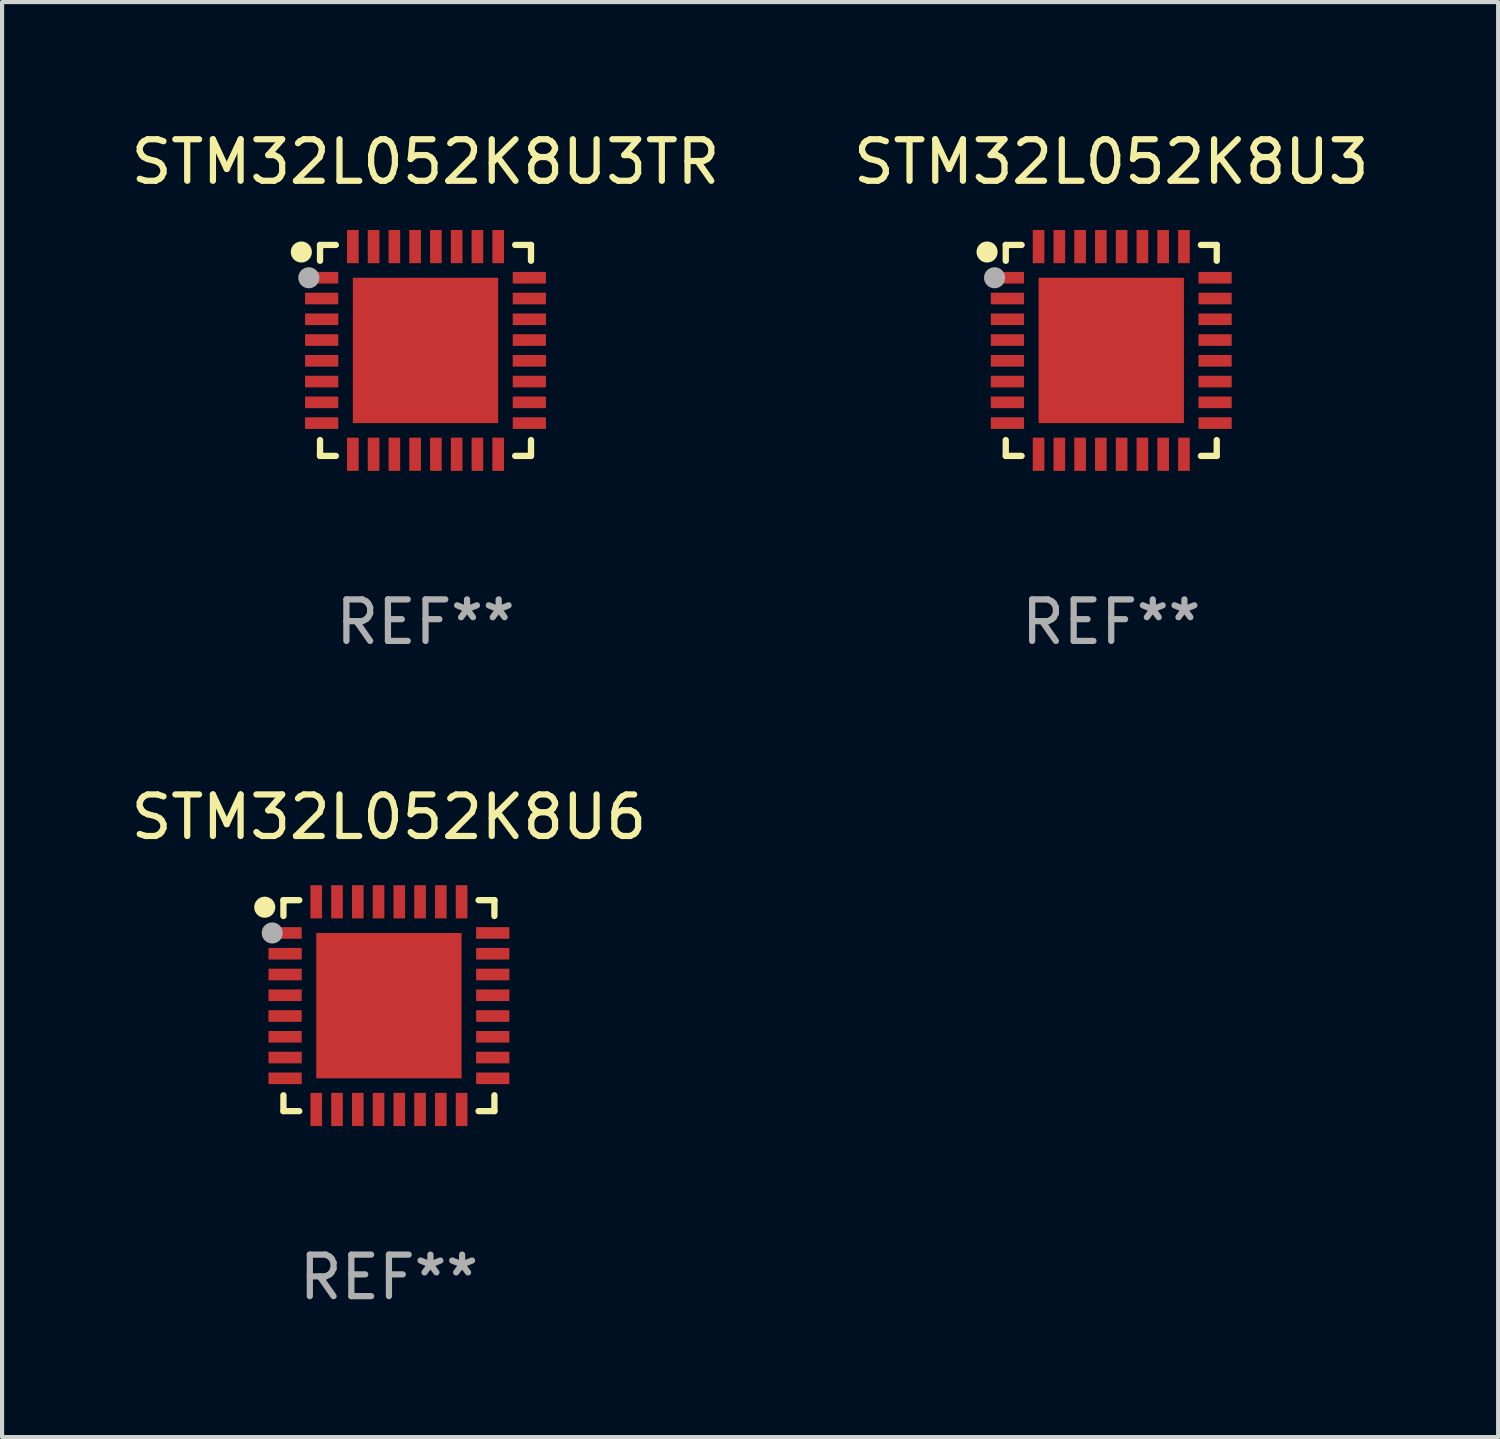
<source format=kicad_pcb>
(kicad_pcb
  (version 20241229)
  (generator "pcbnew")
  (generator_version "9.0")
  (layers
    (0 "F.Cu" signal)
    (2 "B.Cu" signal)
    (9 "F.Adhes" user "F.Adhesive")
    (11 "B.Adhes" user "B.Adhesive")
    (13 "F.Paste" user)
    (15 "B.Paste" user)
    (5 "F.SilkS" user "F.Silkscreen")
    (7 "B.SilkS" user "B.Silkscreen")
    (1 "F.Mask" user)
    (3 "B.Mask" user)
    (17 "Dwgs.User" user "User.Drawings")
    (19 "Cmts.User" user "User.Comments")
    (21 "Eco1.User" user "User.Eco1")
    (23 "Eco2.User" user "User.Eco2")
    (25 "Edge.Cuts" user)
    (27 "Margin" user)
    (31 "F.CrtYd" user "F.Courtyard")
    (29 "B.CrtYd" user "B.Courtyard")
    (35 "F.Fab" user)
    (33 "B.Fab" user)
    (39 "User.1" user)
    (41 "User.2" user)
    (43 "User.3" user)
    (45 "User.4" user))
  (footprint "STM32L052K8U6"
    (layer "F.Cu")
    (at 6.315 21.165)
    (property "Reference" "STM32L052K8U6" (at 0 -4.54 0) (layer "F.SilkS") (effects (font (size 1 1) (thickness 0.15))))
    (attr through_hole)
    (fp_line (start -2.54 -2.54) (end -2.159 -2.54) (stroke (width 0.152) (type solid)) (layer "F.SilkS"))
    (fp_line (start -2.54 -2.159) (end -2.54 -2.54) (stroke (width 0.152) (type solid)) (layer "F.SilkS"))
    (fp_line (start -2.54 2.54) (end -2.54 2.159) (stroke (width 0.152) (type solid)) (layer "F.SilkS"))
    (fp_line (start -2.159 2.54) (end -2.54 2.54) (stroke (width 0.152) (type solid)) (layer "F.SilkS"))
    (fp_line (start 2.159 -2.54) (end 2.54 -2.54) (stroke (width 0.152) (type solid)) (layer "F.SilkS"))
    (fp_line (start 2.54 -2.54) (end 2.54 -2.159) (stroke (width 0.152) (type solid)) (layer "F.SilkS"))
    (fp_line (start 2.54 2.159) (end 2.54 2.54) (stroke (width 0.152) (type solid)) (layer "F.SilkS"))
    (fp_line (start 2.54 2.54) (end 2.159 2.54) (stroke (width 0.152) (type solid)) (layer "F.SilkS"))
    (fp_circle (center -2.99 -2.37) (end -2.863 -2.37) (stroke (width 0.254) (type solid)) (fill no) (layer "F.SilkS"))
    (fp_circle (center -2.5 -2.5) (end -2.47 -2.5) (stroke (width 0.06) (type solid)) (fill no) (layer "F.SilkS"))
    (fp_circle (center -2.81 -1.75) (end -2.683 -1.75) (stroke (width 0.254) (type solid)) (fill no) (layer "F.Fab"))
    (fp_text user "REF**" (at 0 6.54 0) (layer "F.Fab") (effects (font (size 1 1) (thickness 0.15))))
    (pad "1" smd rect (at -2.5 -1.75 270) (size 0.28 0.8) (layers "F.Cu" "F.Mask" "F.Paste"))
    (pad "2" smd rect (at -2.5 -1.25 270) (size 0.28 0.8) (layers "F.Cu" "F.Mask" "F.Paste"))
    (pad "3" smd rect (at -2.5 -0.75 270) (size 0.28 0.8) (layers "F.Cu" "F.Mask" "F.Paste"))
    (pad "4" smd rect (at -2.5 -0.25 270) (size 0.28 0.8) (layers "F.Cu" "F.Mask" "F.Paste"))
    (pad "5" smd rect (at -2.5 0.25 270) (size 0.28 0.8) (layers "F.Cu" "F.Mask" "F.Paste"))
    (pad "6" smd rect (at -2.5 0.75 270) (size 0.28 0.8) (layers "F.Cu" "F.Mask" "F.Paste"))
    (pad "7" smd rect (at -2.5 1.25 270) (size 0.28 0.8) (layers "F.Cu" "F.Mask" "F.Paste"))
    (pad "8" smd rect (at -2.5 1.75 270) (size 0.28 0.8) (layers "F.Cu" "F.Mask" "F.Paste"))
    (pad "9" smd rect (at -1.75 2.5 270) (size 0.8 0.28) (layers "F.Cu" "F.Mask" "F.Paste"))
    (pad "10" smd rect (at -1.25 2.5 270) (size 0.8 0.28) (layers "F.Cu" "F.Mask" "F.Paste"))
    (pad "11" smd rect (at -0.75 2.5 270) (size 0.8 0.28) (layers "F.Cu" "F.Mask" "F.Paste"))
    (pad "12" smd rect (at -0.25 2.5 270) (size 0.8 0.28) (layers "F.Cu" "F.Mask" "F.Paste"))
    (pad "13" smd rect (at 0.25 2.5 270) (size 0.8 0.28) (layers "F.Cu" "F.Mask" "F.Paste"))
    (pad "14" smd rect (at 0.75 2.5 270) (size 0.8 0.28) (layers "F.Cu" "F.Mask" "F.Paste"))
    (pad "15" smd rect (at 1.25 2.5 270) (size 0.8 0.28) (layers "F.Cu" "F.Mask" "F.Paste"))
    (pad "16" smd rect (at 1.75 2.5 270) (size 0.8 0.28) (layers "F.Cu" "F.Mask" "F.Paste"))
    (pad "17" smd rect (at 2.5 1.75 270) (size 0.28 0.8) (layers "F.Cu" "F.Mask" "F.Paste"))
    (pad "18" smd rect (at 2.5 1.25 270) (size 0.28 0.8) (layers "F.Cu" "F.Mask" "F.Paste"))
    (pad "19" smd rect (at 2.5 0.75 270) (size 0.28 0.8) (layers "F.Cu" "F.Mask" "F.Paste"))
    (pad "20" smd rect (at 2.5 0.25 270) (size 0.28 0.8) (layers "F.Cu" "F.Mask" "F.Paste"))
    (pad "21" smd rect (at 2.5 -0.25 270) (size 0.28 0.8) (layers "F.Cu" "F.Mask" "F.Paste"))
    (pad "22" smd rect (at 2.5 -0.75 270) (size 0.28 0.8) (layers "F.Cu" "F.Mask" "F.Paste"))
    (pad "23" smd rect (at 2.5 -1.25 270) (size 0.28 0.8) (layers "F.Cu" "F.Mask" "F.Paste"))
    (pad "24" smd rect (at 2.5 -1.75 270) (size 0.28 0.8) (layers "F.Cu" "F.Mask" "F.Paste"))
    (pad "25" smd rect (at 1.75 -2.5 270) (size 0.8 0.28) (layers "F.Cu" "F.Mask" "F.Paste"))
    (pad "26" smd rect (at 1.25 -2.5 270) (size 0.8 0.28) (layers "F.Cu" "F.Mask" "F.Paste"))
    (pad "27" smd rect (at 0.75 -2.5 270) (size 0.8 0.28) (layers "F.Cu" "F.Mask" "F.Paste"))
    (pad "28" smd rect (at 0.25 -2.5 270) (size 0.8 0.28) (layers "F.Cu" "F.Mask" "F.Paste"))
    (pad "29" smd rect (at -0.25 -2.5 270) (size 0.8 0.28) (layers "F.Cu" "F.Mask" "F.Paste"))
    (pad "30" smd rect (at -0.75 -2.5 270) (size 0.8 0.28) (layers "F.Cu" "F.Mask" "F.Paste"))
    (pad "31" smd rect (at -1.25 -2.5 270) (size 0.8 0.28) (layers "F.Cu" "F.Mask" "F.Paste"))
    (pad "32" smd rect (at -1.75 -2.5 270) (size 0.8 0.28) (layers "F.Cu" "F.Mask" "F.Paste"))
    (pad "33" smd rect (at -0.000102 0.000102 270) (size 3.5 3.5) (layers "F.Cu" "F.Mask" "F.Paste")))
  (footprint "STM32L052K8U3TR"
    (layer "F.Cu")
    (at 7.196 5.388)
    (property "Reference" "STM32L052K8U3TR" (at 0 -4.54 0) (layer "F.SilkS") (effects (font (size 1 1) (thickness 0.15))))
    (attr through_hole)
    (fp_line (start -2.54 -2.54) (end -2.159 -2.54) (stroke (width 0.152) (type solid)) (layer "F.SilkS"))
    (fp_line (start -2.54 -2.159) (end -2.54 -2.54) (stroke (width 0.152) (type solid)) (layer "F.SilkS"))
    (fp_line (start -2.54 2.54) (end -2.54 2.159) (stroke (width 0.152) (type solid)) (layer "F.SilkS"))
    (fp_line (start -2.159 2.54) (end -2.54 2.54) (stroke (width 0.152) (type solid)) (layer "F.SilkS"))
    (fp_line (start 2.159 -2.54) (end 2.54 -2.54) (stroke (width 0.152) (type solid)) (layer "F.SilkS"))
    (fp_line (start 2.54 -2.54) (end 2.54 -2.159) (stroke (width 0.152) (type solid)) (layer "F.SilkS"))
    (fp_line (start 2.54 2.159) (end 2.54 2.54) (stroke (width 0.152) (type solid)) (layer "F.SilkS"))
    (fp_line (start 2.54 2.54) (end 2.159 2.54) (stroke (width 0.152) (type solid)) (layer "F.SilkS"))
    (fp_circle (center -2.99 -2.37) (end -2.863 -2.37) (stroke (width 0.254) (type solid)) (fill no) (layer "F.SilkS"))
    (fp_circle (center -2.5 -2.5) (end -2.47 -2.5) (stroke (width 0.06) (type solid)) (fill no) (layer "F.SilkS"))
    (fp_circle (center -2.81 -1.75) (end -2.683 -1.75) (stroke (width 0.254) (type solid)) (fill no) (layer "F.Fab"))
    (fp_text user "REF**" (at 0 6.54 0) (layer "F.Fab") (effects (font (size 1 1) (thickness 0.15))))
    (pad "1" smd rect (at -2.5 -1.75 270) (size 0.28 0.8) (layers "F.Cu" "F.Mask" "F.Paste"))
    (pad "2" smd rect (at -2.5 -1.25 270) (size 0.28 0.8) (layers "F.Cu" "F.Mask" "F.Paste"))
    (pad "3" smd rect (at -2.5 -0.75 270) (size 0.28 0.8) (layers "F.Cu" "F.Mask" "F.Paste"))
    (pad "4" smd rect (at -2.5 -0.25 270) (size 0.28 0.8) (layers "F.Cu" "F.Mask" "F.Paste"))
    (pad "5" smd rect (at -2.5 0.25 270) (size 0.28 0.8) (layers "F.Cu" "F.Mask" "F.Paste"))
    (pad "6" smd rect (at -2.5 0.75 270) (size 0.28 0.8) (layers "F.Cu" "F.Mask" "F.Paste"))
    (pad "7" smd rect (at -2.5 1.25 270) (size 0.28 0.8) (layers "F.Cu" "F.Mask" "F.Paste"))
    (pad "8" smd rect (at -2.5 1.75 270) (size 0.28 0.8) (layers "F.Cu" "F.Mask" "F.Paste"))
    (pad "9" smd rect (at -1.75 2.5 270) (size 0.8 0.28) (layers "F.Cu" "F.Mask" "F.Paste"))
    (pad "10" smd rect (at -1.25 2.5 270) (size 0.8 0.28) (layers "F.Cu" "F.Mask" "F.Paste"))
    (pad "11" smd rect (at -0.75 2.5 270) (size 0.8 0.28) (layers "F.Cu" "F.Mask" "F.Paste"))
    (pad "12" smd rect (at -0.25 2.5 270) (size 0.8 0.28) (layers "F.Cu" "F.Mask" "F.Paste"))
    (pad "13" smd rect (at 0.25 2.5 270) (size 0.8 0.28) (layers "F.Cu" "F.Mask" "F.Paste"))
    (pad "14" smd rect (at 0.75 2.5 270) (size 0.8 0.28) (layers "F.Cu" "F.Mask" "F.Paste"))
    (pad "15" smd rect (at 1.25 2.5 270) (size 0.8 0.28) (layers "F.Cu" "F.Mask" "F.Paste"))
    (pad "16" smd rect (at 1.75 2.5 270) (size 0.8 0.28) (layers "F.Cu" "F.Mask" "F.Paste"))
    (pad "17" smd rect (at 2.5 1.75 270) (size 0.28 0.8) (layers "F.Cu" "F.Mask" "F.Paste"))
    (pad "18" smd rect (at 2.5 1.25 270) (size 0.28 0.8) (layers "F.Cu" "F.Mask" "F.Paste"))
    (pad "19" smd rect (at 2.5 0.75 270) (size 0.28 0.8) (layers "F.Cu" "F.Mask" "F.Paste"))
    (pad "20" smd rect (at 2.5 0.25 270) (size 0.28 0.8) (layers "F.Cu" "F.Mask" "F.Paste"))
    (pad "21" smd rect (at 2.5 -0.25 270) (size 0.28 0.8) (layers "F.Cu" "F.Mask" "F.Paste"))
    (pad "22" smd rect (at 2.5 -0.75 270) (size 0.28 0.8) (layers "F.Cu" "F.Mask" "F.Paste"))
    (pad "23" smd rect (at 2.5 -1.25 270) (size 0.28 0.8) (layers "F.Cu" "F.Mask" "F.Paste"))
    (pad "24" smd rect (at 2.5 -1.75 270) (size 0.28 0.8) (layers "F.Cu" "F.Mask" "F.Paste"))
    (pad "25" smd rect (at 1.75 -2.5 270) (size 0.8 0.28) (layers "F.Cu" "F.Mask" "F.Paste"))
    (pad "26" smd rect (at 1.25 -2.5 270) (size 0.8 0.28) (layers "F.Cu" "F.Mask" "F.Paste"))
    (pad "27" smd rect (at 0.75 -2.5 270) (size 0.8 0.28) (layers "F.Cu" "F.Mask" "F.Paste"))
    (pad "28" smd rect (at 0.25 -2.5 270) (size 0.8 0.28) (layers "F.Cu" "F.Mask" "F.Paste"))
    (pad "29" smd rect (at -0.25 -2.5 270) (size 0.8 0.28) (layers "F.Cu" "F.Mask" "F.Paste"))
    (pad "30" smd rect (at -0.75 -2.5 270) (size 0.8 0.28) (layers "F.Cu" "F.Mask" "F.Paste"))
    (pad "31" smd rect (at -1.25 -2.5 270) (size 0.8 0.28) (layers "F.Cu" "F.Mask" "F.Paste"))
    (pad "32" smd rect (at -1.75 -2.5 270) (size 0.8 0.28) (layers "F.Cu" "F.Mask" "F.Paste"))
    (pad "33" smd rect (at -0.000102 0.000102 270) (size 3.5 3.5) (layers "F.Cu" "F.Mask" "F.Paste")))
  (footprint "STM32L052K8U3"
    (layer "F.Cu")
    (at 23.708 5.388)
    (property "Reference" "STM32L052K8U3" (at 0 -4.54 0) (layer "F.SilkS") (effects (font (size 1 1) (thickness 0.15))))
    (attr through_hole)
    (fp_line (start -2.54 -2.54) (end -2.159 -2.54) (stroke (width 0.152) (type solid)) (layer "F.SilkS"))
    (fp_line (start -2.54 -2.159) (end -2.54 -2.54) (stroke (width 0.152) (type solid)) (layer "F.SilkS"))
    (fp_line (start -2.54 2.54) (end -2.54 2.159) (stroke (width 0.152) (type solid)) (layer "F.SilkS"))
    (fp_line (start -2.159 2.54) (end -2.54 2.54) (stroke (width 0.152) (type solid)) (layer "F.SilkS"))
    (fp_line (start 2.159 -2.54) (end 2.54 -2.54) (stroke (width 0.152) (type solid)) (layer "F.SilkS"))
    (fp_line (start 2.54 -2.54) (end 2.54 -2.159) (stroke (width 0.152) (type solid)) (layer "F.SilkS"))
    (fp_line (start 2.54 2.159) (end 2.54 2.54) (stroke (width 0.152) (type solid)) (layer "F.SilkS"))
    (fp_line (start 2.54 2.54) (end 2.159 2.54) (stroke (width 0.152) (type solid)) (layer "F.SilkS"))
    (fp_circle (center -2.99 -2.37) (end -2.863 -2.37) (stroke (width 0.254) (type solid)) (fill no) (layer "F.SilkS"))
    (fp_circle (center -2.5 -2.5) (end -2.47 -2.5) (stroke (width 0.06) (type solid)) (fill no) (layer "F.SilkS"))
    (fp_circle (center -2.81 -1.75) (end -2.683 -1.75) (stroke (width 0.254) (type solid)) (fill no) (layer "F.Fab"))
    (fp_text user "REF**" (at 0 6.54 0) (layer "F.Fab") (effects (font (size 1 1) (thickness 0.15))))
    (pad "1" smd rect (at -2.5 -1.75 270) (size 0.28 0.8) (layers "F.Cu" "F.Mask" "F.Paste"))
    (pad "2" smd rect (at -2.5 -1.25 270) (size 0.28 0.8) (layers "F.Cu" "F.Mask" "F.Paste"))
    (pad "3" smd rect (at -2.5 -0.75 270) (size 0.28 0.8) (layers "F.Cu" "F.Mask" "F.Paste"))
    (pad "4" smd rect (at -2.5 -0.25 270) (size 0.28 0.8) (layers "F.Cu" "F.Mask" "F.Paste"))
    (pad "5" smd rect (at -2.5 0.25 270) (size 0.28 0.8) (layers "F.Cu" "F.Mask" "F.Paste"))
    (pad "6" smd rect (at -2.5 0.75 270) (size 0.28 0.8) (layers "F.Cu" "F.Mask" "F.Paste"))
    (pad "7" smd rect (at -2.5 1.25 270) (size 0.28 0.8) (layers "F.Cu" "F.Mask" "F.Paste"))
    (pad "8" smd rect (at -2.5 1.75 270) (size 0.28 0.8) (layers "F.Cu" "F.Mask" "F.Paste"))
    (pad "9" smd rect (at -1.75 2.5 270) (size 0.8 0.28) (layers "F.Cu" "F.Mask" "F.Paste"))
    (pad "10" smd rect (at -1.25 2.5 270) (size 0.8 0.28) (layers "F.Cu" "F.Mask" "F.Paste"))
    (pad "11" smd rect (at -0.75 2.5 270) (size 0.8 0.28) (layers "F.Cu" "F.Mask" "F.Paste"))
    (pad "12" smd rect (at -0.25 2.5 270) (size 0.8 0.28) (layers "F.Cu" "F.Mask" "F.Paste"))
    (pad "13" smd rect (at 0.25 2.5 270) (size 0.8 0.28) (layers "F.Cu" "F.Mask" "F.Paste"))
    (pad "14" smd rect (at 0.75 2.5 270) (size 0.8 0.28) (layers "F.Cu" "F.Mask" "F.Paste"))
    (pad "15" smd rect (at 1.25 2.5 270) (size 0.8 0.28) (layers "F.Cu" "F.Mask" "F.Paste"))
    (pad "16" smd rect (at 1.75 2.5 270) (size 0.8 0.28) (layers "F.Cu" "F.Mask" "F.Paste"))
    (pad "17" smd rect (at 2.5 1.75 270) (size 0.28 0.8) (layers "F.Cu" "F.Mask" "F.Paste"))
    (pad "18" smd rect (at 2.5 1.25 270) (size 0.28 0.8) (layers "F.Cu" "F.Mask" "F.Paste"))
    (pad "19" smd rect (at 2.5 0.75 270) (size 0.28 0.8) (layers "F.Cu" "F.Mask" "F.Paste"))
    (pad "20" smd rect (at 2.5 0.25 270) (size 0.28 0.8) (layers "F.Cu" "F.Mask" "F.Paste"))
    (pad "21" smd rect (at 2.5 -0.25 270) (size 0.28 0.8) (layers "F.Cu" "F.Mask" "F.Paste"))
    (pad "22" smd rect (at 2.5 -0.75 270) (size 0.28 0.8) (layers "F.Cu" "F.Mask" "F.Paste"))
    (pad "23" smd rect (at 2.5 -1.25 270) (size 0.28 0.8) (layers "F.Cu" "F.Mask" "F.Paste"))
    (pad "24" smd rect (at 2.5 -1.75 270) (size 0.28 0.8) (layers "F.Cu" "F.Mask" "F.Paste"))
    (pad "25" smd rect (at 1.75 -2.5 270) (size 0.8 0.28) (layers "F.Cu" "F.Mask" "F.Paste"))
    (pad "26" smd rect (at 1.25 -2.5 270) (size 0.8 0.28) (layers "F.Cu" "F.Mask" "F.Paste"))
    (pad "27" smd rect (at 0.75 -2.5 270) (size 0.8 0.28) (layers "F.Cu" "F.Mask" "F.Paste"))
    (pad "28" smd rect (at 0.25 -2.5 270) (size 0.8 0.28) (layers "F.Cu" "F.Mask" "F.Paste"))
    (pad "29" smd rect (at -0.25 -2.5 270) (size 0.8 0.28) (layers "F.Cu" "F.Mask" "F.Paste"))
    (pad "30" smd rect (at -0.75 -2.5 270) (size 0.8 0.28) (layers "F.Cu" "F.Mask" "F.Paste"))
    (pad "31" smd rect (at -1.25 -2.5 270) (size 0.8 0.28) (layers "F.Cu" "F.Mask" "F.Paste"))
    (pad "32" smd rect (at -1.75 -2.5 270) (size 0.8 0.28) (layers "F.Cu" "F.Mask" "F.Paste"))
    (pad "33" smd rect (at -0.000102 0.000102 270) (size 3.5 3.5) (layers "F.Cu" "F.Mask" "F.Paste")))
  (gr_rect
    (start -3 -3)
    (end 33.024 31.553)
    (stroke (width 0.1) (type default))
    (fill no)
    (layer "Edge.Cuts")))
</source>
